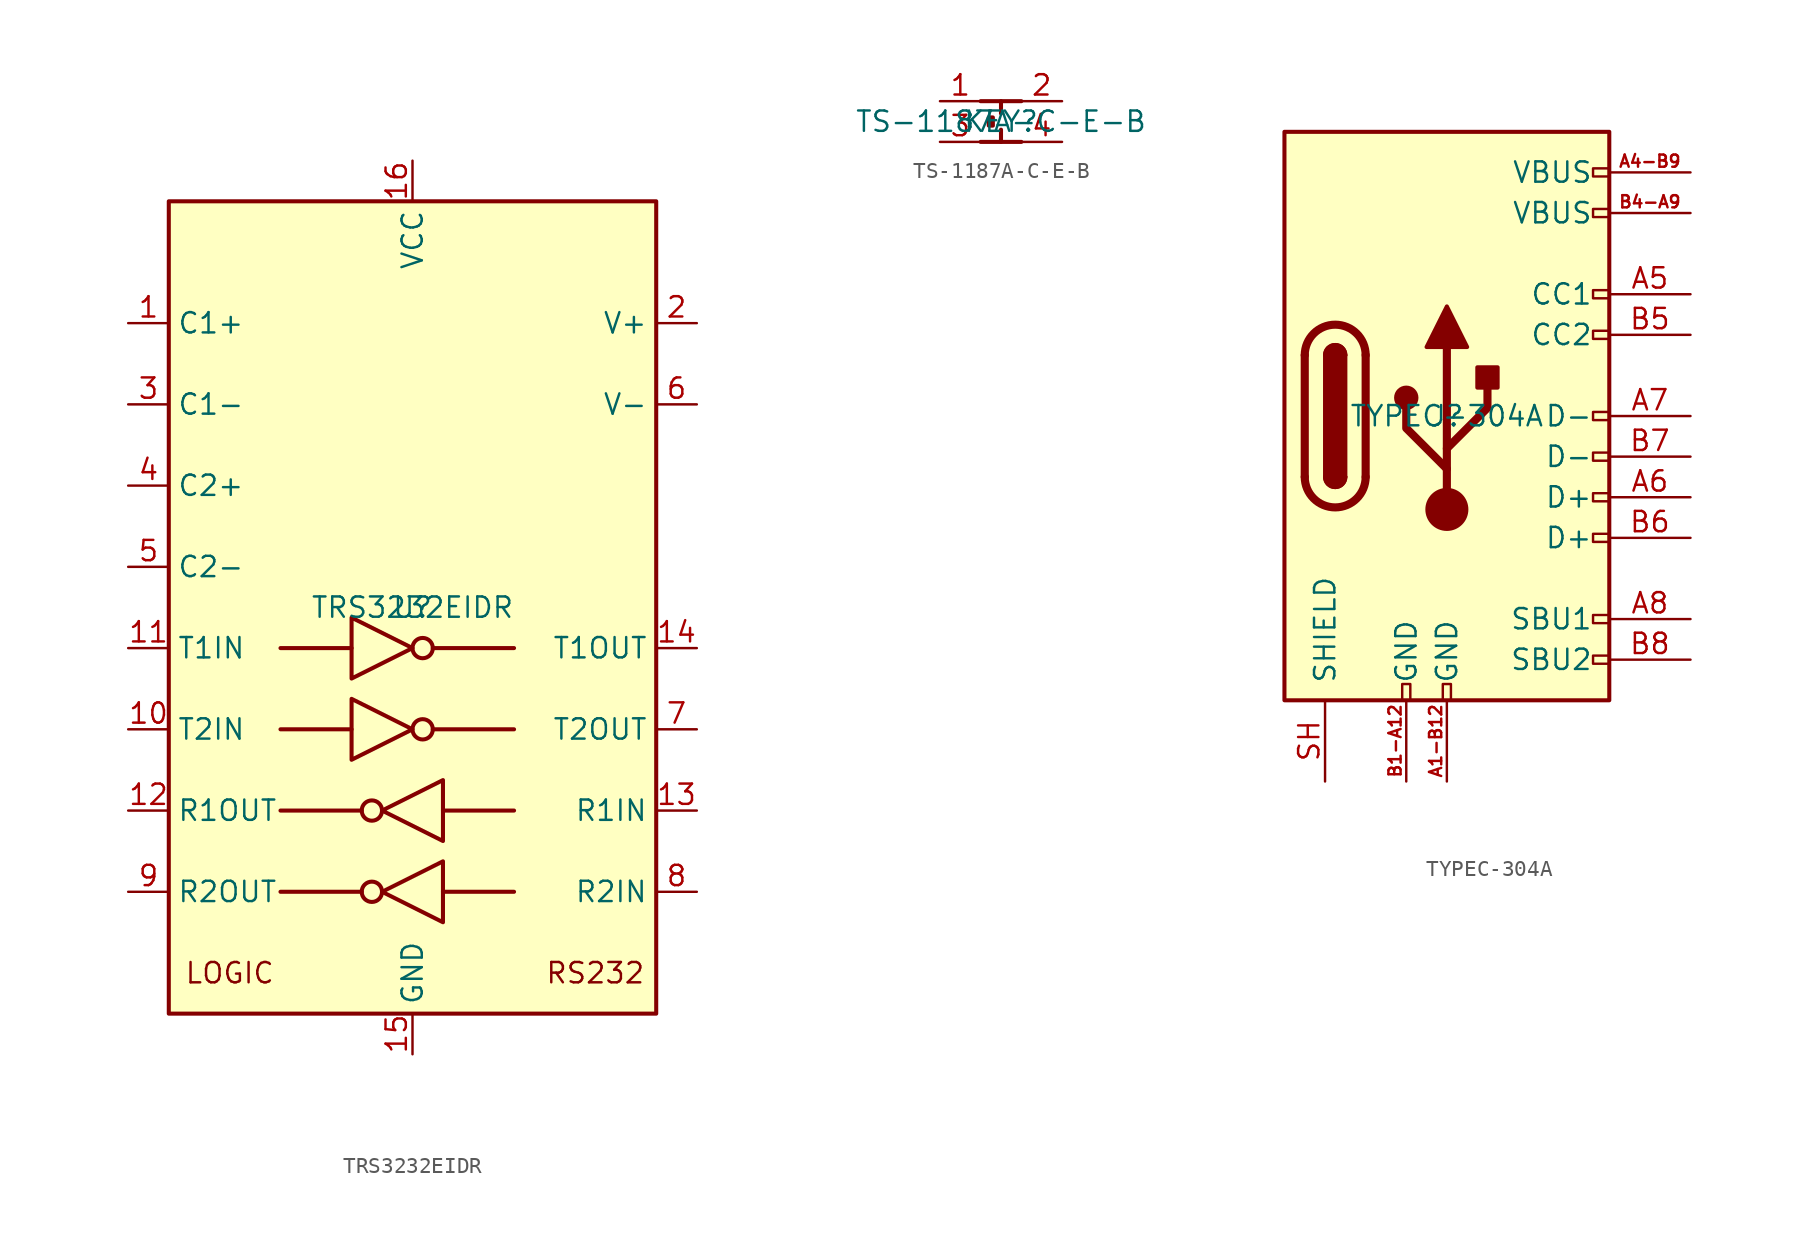
<source format=kicad_sym>
(kicad_symbol_lib
  (version 20241209)
  (generator "kicad_symbol_editor")
  (generator_version "9.0")
  (symbol "TRS3232EIDR"
    (property "Reference" "U"
      (at 0 0 0)
      (effects (font (size 1.27 1.27))))
    (property "Value" "TRS3232EIDR"
      (at 0 0 0)
      (effects (font (size 1.27 1.27))))
    (symbol "TRS3232EIDR_0_0"
      (text "RS232" (at 11.43 -22.86 0) (effects (font (size 1.27 1.27)))))
    (symbol "TRS3232EIDR_0_1"
      (rectangle (start -15.24 25.4) (end 15.24 -25.4) (stroke (width 0.254) (type default)) (fill (type background)))
      (polyline (pts (xy -3.81 -0.635) (xy -3.81 -4.445) (xy 0 -2.54) (xy -3.81 -0.635)) (stroke (width 0.254) (type default)) (fill (type none)))
      (polyline (pts (xy -3.81 -2.54) (xy -8.255 -2.54)) (stroke (width 0.254) (type default)) (fill (type none)))
      (polyline (pts (xy -3.81 -5.715) (xy -3.81 -9.525) (xy 0 -7.62) (xy -3.81 -5.715)) (stroke (width 0.254) (type default)) (fill (type none)))
      (polyline (pts (xy -3.81 -7.62) (xy -8.255 -7.62)) (stroke (width 0.254) (type default)) (fill (type none)))
      (polyline (pts (xy -3.175 -12.7) (xy -8.255 -12.7)) (stroke (width 0.254) (type default)) (fill (type none)))
      (polyline (pts (xy -3.175 -17.78) (xy -8.255 -17.78)) (stroke (width 0.254) (type default)) (fill (type none)))
      (circle (center -2.54 -12.7) (radius 0.635) (stroke (width 0.254) (type default)) (fill (type none)))
      (circle (center -2.54 -17.78) (radius 0.635) (stroke (width 0.254) (type default)) (fill (type none)))
      (circle (center 0.635 -2.54) (radius 0.635) (stroke (width 0.254) (type default)) (fill (type none)))
      (circle (center 0.635 -7.62) (radius 0.635) (stroke (width 0.254) (type default)) (fill (type none)))
      (polyline (pts (xy 1.27 -2.54) (xy 6.35 -2.54)) (stroke (width 0.254) (type default)) (fill (type none)))
      (polyline (pts (xy 1.27 -7.62) (xy 6.35 -7.62)) (stroke (width 0.254) (type default)) (fill (type none)))
      (polyline (pts (xy 1.905 -10.795) (xy 1.905 -14.605) (xy -1.905 -12.7) (xy 1.905 -10.795)) (stroke (width 0.254) (type default)) (fill (type none)))
      (polyline (pts (xy 1.905 -12.7) (xy 6.35 -12.7)) (stroke (width 0.254) (type default)) (fill (type none)))
      (polyline (pts (xy 1.905 -15.875) (xy 1.905 -19.685) (xy -1.905 -17.78) (xy 1.905 -15.875)) (stroke (width 0.254) (type default)) (fill (type none)))
      (polyline (pts (xy 1.905 -17.78) (xy 6.35 -17.78)) (stroke (width 0.254) (type default)) (fill (type none))))
    (symbol "TRS3232EIDR_1_1"
      (text "LOGIC" (at -11.43 -22.86 0) (effects (font (size 1.27 1.27))))
      (pin passive line (at -17.78 17.78 0) (length 2.54) (name "C1+" (effects (font (size 1.27 1.27)))) (number "1" (effects (font (size 1.27 1.27)))))
      (pin passive line (at -17.78 12.7 0) (length 2.54) (name "C1-" (effects (font (size 1.27 1.27)))) (number "3" (effects (font (size 1.27 1.27)))))
      (pin passive line (at -17.78 7.62 0) (length 2.54) (name "C2+" (effects (font (size 1.27 1.27)))) (number "4" (effects (font (size 1.27 1.27)))))
      (pin passive line (at -17.78 2.54 0) (length 2.54) (name "C2-" (effects (font (size 1.27 1.27)))) (number "5" (effects (font (size 1.27 1.27)))))
      (pin input line (at -17.78 -2.54 0) (length 2.54) (name "T1IN" (effects (font (size 1.27 1.27)))) (number "11" (effects (font (size 1.27 1.27)))))
      (pin input line (at -17.78 -7.62 0) (length 2.54) (name "T2IN" (effects (font (size 1.27 1.27)))) (number "10" (effects (font (size 1.27 1.27)))))
      (pin output line (at -17.78 -12.7 0) (length 2.54) (name "R1OUT" (effects (font (size 1.27 1.27)))) (number "12" (effects (font (size 1.27 1.27)))))
      (pin output line (at -17.78 -17.78 0) (length 2.54) (name "R2OUT" (effects (font (size 1.27 1.27)))) (number "9" (effects (font (size 1.27 1.27)))))
      (pin power_in line (at 0 27.94 270) (length 2.54) (name "VCC" (effects (font (size 1.27 1.27)))) (number "16" (effects (font (size 1.27 1.27)))))
      (pin passive line (at 0 -27.94 90) (length 2.54) (name "GND" (effects (font (size 1.27 1.27)))) (number "15" (effects (font (size 1.27 1.27)))))
      (pin power_out line (at 17.78 17.78 180) (length 2.54) (name "V+" (effects (font (size 1.27 1.27)))) (number "2" (effects (font (size 1.27 1.27)))))
      (pin power_out line (at 17.78 12.7 180) (length 2.54) (name "V-" (effects (font (size 1.27 1.27)))) (number "6" (effects (font (size 1.27 1.27)))))
      (pin output line (at 17.78 -2.54 180) (length 2.54) (name "T1OUT" (effects (font (size 1.27 1.27)))) (number "14" (effects (font (size 1.27 1.27)))))
      (pin output line (at 17.78 -7.62 180) (length 2.54) (name "T2OUT" (effects (font (size 1.27 1.27)))) (number "7" (effects (font (size 1.27 1.27)))))
      (pin input line (at 17.78 -12.7 180) (length 2.54) (name "R1IN" (effects (font (size 1.27 1.27)))) (number "13" (effects (font (size 1.27 1.27)))))
      (pin input line (at 17.78 -17.78 180) (length 2.54) (name "R2IN" (effects (font (size 1.27 1.27)))) (number "8" (effects (font (size 1.27 1.27)))))))
  (symbol "TS-1187A-C-E-B"
    (property "Reference" "KEY"
      (at 0 0 0)
      (effects (font (size 1.27 1.27))))
    (property "Value" "TS-1187A-C-E-B"
      (at 0 0 0)
      (effects (font (size 1.27 1.27))))
    (symbol "TS-1187A-C-E-B_0_1"
      (polyline (pts (xy -1.27 1.27) (xy 1.27 1.27)) (stroke (width 0.254) (type default)) (fill (type none)))
      (polyline (pts (xy -1.27 -1.27) (xy 1.27 -1.27)) (stroke (width 0.254) (type default)) (fill (type none)))
      (rectangle (start -0.762 0.254) (end -0.508 -0.254) (stroke (width 0.254) (type default)) (fill (type outline)))
      (rectangle (start 0 1.27) (end 0 0.508) (stroke (width 0.254) (type default)) (fill (type outline)))
      (rectangle (start 0 -1.27) (end 0 -0.508) (stroke (width 0.254) (type default)) (fill (type outline))))
    (symbol "TS-1187A-C-E-B_1_1"
      (pin passive line (at -3.81 1.27 0) (length 2.54) (name "" (effects (font (size 1.27 1.27)))) (number "1" (effects (font (size 1.27 1.27)))))
      (pin passive line (at -3.81 -1.27 0) (length 2.54) (name "" (effects (font (size 1.27 1.27)))) (number "3" (effects (font (size 1.27 1.27)))))
      (pin passive line (at 3.81 1.27 180) (length 2.54) (name "" (effects (font (size 1.27 1.27)))) (number "2" (effects (font (size 1.27 1.27)))))
      (pin passive line (at 3.81 -1.27 180) (length 2.54) (name "" (effects (font (size 1.27 1.27)))) (number "4" (effects (font (size 1.27 1.27)))))))
  (symbol "TYPEC-304A"
    (pin_names
      (offset 1.016))
    (property "Reference" "J"
      (at 0 0 0)
      (effects (font (size 1.27 1.27))))
    (property "Value" "TYPEC-304A"
      (at 0 0 0)
      (effects (font (size 1.27 1.27))))
    (symbol "TYPEC-304A_0_0"
      (rectangle (start -2.794 -16.764) (end -2.286 -17.78) (stroke (width 0) (type default)) (fill (type none)))
      (rectangle (start -0.254 -16.764) (end 0.254 -17.78) (stroke (width 0) (type default)) (fill (type none)))
      (rectangle (start 9.144 15.494) (end 10.16 14.986) (stroke (width 0) (type default)) (fill (type none)))
      (rectangle (start 9.144 12.954) (end 10.16 12.446) (stroke (width 0) (type default)) (fill (type none)))
      (rectangle (start 9.144 7.874) (end 10.16 7.366) (stroke (width 0) (type default)) (fill (type none)))
      (rectangle (start 10.16 5.334) (end 9.144 4.826) (stroke (width 0) (type default)) (fill (type none)))
      (rectangle (start 10.16 0.254) (end 9.144 -0.254) (stroke (width 0) (type default)) (fill (type none)))
      (rectangle (start 10.16 -2.286) (end 9.144 -2.794) (stroke (width 0) (type default)) (fill (type none)))
      (rectangle (start 10.16 -4.826) (end 9.144 -5.334) (stroke (width 0) (type default)) (fill (type none)))
      (rectangle (start 10.16 -7.366) (end 9.144 -7.874) (stroke (width 0) (type default)) (fill (type none)))
      (rectangle (start 10.16 -12.446) (end 9.144 -12.954) (stroke (width 0) (type default)) (fill (type none)))
      (rectangle (start 10.16 -14.986) (end 9.144 -15.494) (stroke (width 0) (type default)) (fill (type none))))
    (symbol "TYPEC-304A_0_1"
      (rectangle (start -10.16 17.78) (end 10.16 -17.78) (stroke (width 0.254) (type default)) (fill (type background)))
      (polyline (pts (xy -8.89 -3.81) (xy -8.89 3.81)) (stroke (width 0.508) (type default)) (fill (type none)))
      (rectangle (start -7.62 -3.81) (end -6.35 3.81) (stroke (width 0.254) (type default)) (fill (type outline)))
      (arc (start -7.62 3.81) (mid -6.985 4.4423) (end -6.35 3.81) (stroke (width 0.254) (type default)) (fill (type none)))
      (arc (start -7.62 3.81) (mid -6.985 4.4423) (end -6.35 3.81) (stroke (width 0.254) (type default)) (fill (type outline)))
      (arc (start -8.89 3.81) (mid -6.985 5.7067) (end -5.08 3.81) (stroke (width 0.508) (type default)) (fill (type none)))
      (arc (start -5.08 -3.81) (mid -6.985 -5.7067) (end -8.89 -3.81) (stroke (width 0.508) (type default)) (fill (type none)))
      (arc (start -6.35 -3.81) (mid -6.985 -4.4423) (end -7.62 -3.81) (stroke (width 0.254) (type default)) (fill (type none)))
      (arc (start -6.35 -3.81) (mid -6.985 -4.4423) (end -7.62 -3.81) (stroke (width 0.254) (type default)) (fill (type outline)))
      (polyline (pts (xy -5.08 3.81) (xy -5.08 -3.81)) (stroke (width 0.508) (type default)) (fill (type none)))
      (circle (center -2.54 1.143) (radius 0.635) (stroke (width 0.254) (type default)) (fill (type outline)))
      (polyline (pts (xy -1.27 4.318) (xy 0 6.858) (xy 1.27 4.318) (xy -1.27 4.318)) (stroke (width 0.254) (type default)) (fill (type outline)))
      (polyline (pts (xy 0 -2.032) (xy 2.54 0.508) (xy 2.54 1.778)) (stroke (width 0.508) (type default)) (fill (type none)))
      (polyline (pts (xy 0 -3.302) (xy -2.54 -0.762) (xy -2.54 0.508)) (stroke (width 0.508) (type default)) (fill (type none)))
      (polyline (pts (xy 0 -5.842) (xy 0 4.318)) (stroke (width 0.508) (type default)) (fill (type none)))
      (circle (center 0 -5.842) (radius 1.27) (stroke (width 0) (type default)) (fill (type outline)))
      (rectangle (start 1.905 1.778) (end 3.175 3.048) (stroke (width 0.254) (type default)) (fill (type outline))))
    (symbol "TYPEC-304A_1_1"
      (pin passive line (at -7.62 -22.86 90) (length 5.08) (name "SHIELD" (effects (font (size 1.27 1.27)))) (number "SH" (effects (font (size 1.27 1.27)))))
      (pin passive line (at -2.54 -22.86 90) (length 5.08) (name "GND" (effects (font (size 1.27 1.27)))) (number "B1-A12" (effects (font (size 0.762 0.762)))))
      (pin passive line (at 0 -22.86 90) (length 5.08) (name "GND" (effects (font (size 1.27 1.27)))) (number "A1-B12" (effects (font (size 0.762 0.762)))))
      (pin passive line (at 15.24 15.24 180) (length 5.08) (name "VBUS" (effects (font (size 1.27 1.27)))) (number "A4-B9" (effects (font (size 0.762 0.762)))))
      (pin passive line (at 15.24 12.7 180) (length 5.08) (name "VBUS" (effects (font (size 1.27 1.27)))) (number "B4-A9" (effects (font (size 0.762 0.762)))))
      (pin bidirectional line (at 15.24 7.62 180) (length 5.08) (name "CC1" (effects (font (size 1.27 1.27)))) (number "A5" (effects (font (size 1.27 1.27)))))
      (pin bidirectional line (at 15.24 5.08 180) (length 5.08) (name "CC2" (effects (font (size 1.27 1.27)))) (number "B5" (effects (font (size 1.27 1.27)))))
      (pin bidirectional line (at 15.24 0 180) (length 5.08) (name "D-" (effects (font (size 1.27 1.27)))) (number "A7" (effects (font (size 1.27 1.27)))))
      (pin bidirectional line (at 15.24 -2.54 180) (length 5.08) (name "D-" (effects (font (size 1.27 1.27)))) (number "B7" (effects (font (size 1.27 1.27)))))
      (pin bidirectional line (at 15.24 -5.08 180) (length 5.08) (name "D+" (effects (font (size 1.27 1.27)))) (number "A6" (effects (font (size 1.27 1.27)))))
      (pin bidirectional line (at 15.24 -7.62 180) (length 5.08) (name "D+" (effects (font (size 1.27 1.27)))) (number "B6" (effects (font (size 1.27 1.27)))))
      (pin bidirectional line (at 15.24 -12.7 180) (length 5.08) (name "SBU1" (effects (font (size 1.27 1.27)))) (number "A8" (effects (font (size 1.27 1.27)))))
      (pin bidirectional line (at 15.24 -15.24 180) (length 5.08) (name "SBU2" (effects (font (size 1.27 1.27)))) (number "B8" (effects (font (size 1.27 1.27))))))))
</source>
